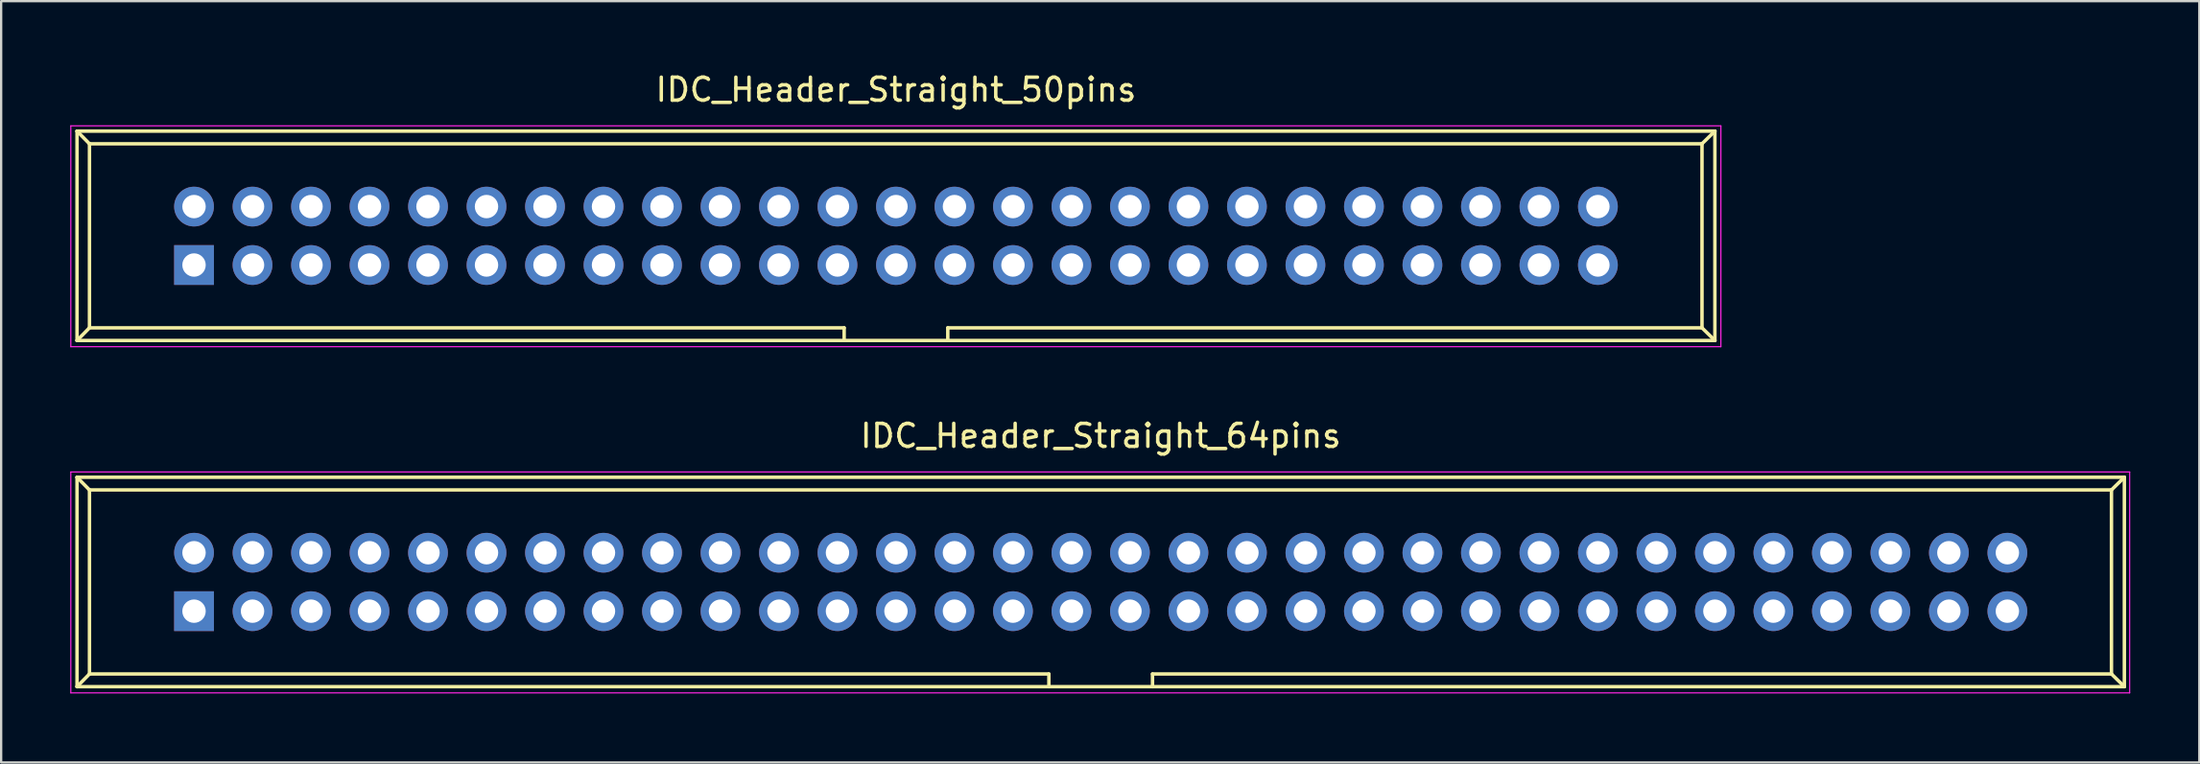
<source format=kicad_pcb>
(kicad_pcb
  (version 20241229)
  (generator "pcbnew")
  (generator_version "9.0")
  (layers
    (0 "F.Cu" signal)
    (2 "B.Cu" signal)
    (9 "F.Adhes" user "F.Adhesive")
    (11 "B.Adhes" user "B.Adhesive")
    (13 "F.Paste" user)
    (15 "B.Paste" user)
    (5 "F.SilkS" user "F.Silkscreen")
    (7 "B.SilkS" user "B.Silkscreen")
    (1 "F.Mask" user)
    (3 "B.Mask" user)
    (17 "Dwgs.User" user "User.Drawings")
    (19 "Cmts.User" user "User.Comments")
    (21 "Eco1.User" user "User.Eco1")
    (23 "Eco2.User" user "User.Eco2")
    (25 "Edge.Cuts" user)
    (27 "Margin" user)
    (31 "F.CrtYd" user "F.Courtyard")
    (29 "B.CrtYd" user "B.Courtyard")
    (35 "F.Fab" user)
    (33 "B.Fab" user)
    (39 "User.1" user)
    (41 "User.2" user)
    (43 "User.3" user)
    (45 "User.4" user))
  (footprint "IDC_Header_Straight_50pins"
    (layer "F.Cu")
    (at 5.375 8.468)
    (property "Reference" "IDC_Header_Straight_50pins" (at 30.48 -7.62 0) (layer "F.SilkS") (effects (font (size 1 1) (thickness 0.15))))
    (attr through_hole)
    (fp_line (start -5.08 -5.82) (end -5.08 3.28) (stroke (width 0.15) (type solid)) (layer "F.SilkS"))
    (fp_line (start -5.08 -5.82) (end -4.54 -5.27) (stroke (width 0.15) (type solid)) (layer "F.SilkS"))
    (fp_line (start -5.08 -5.82) (end 66.04 -5.82) (stroke (width 0.15) (type solid)) (layer "F.SilkS"))
    (fp_line (start -5.08 3.28) (end -4.54 2.73) (stroke (width 0.15) (type solid)) (layer "F.SilkS"))
    (fp_line (start -5.08 3.28) (end 66.04 3.28) (stroke (width 0.15) (type solid)) (layer "F.SilkS"))
    (fp_line (start -4.54 -5.27) (end -4.54 2.73) (stroke (width 0.15) (type solid)) (layer "F.SilkS"))
    (fp_line (start -4.54 -5.27) (end 65.48 -5.27) (stroke (width 0.15) (type solid)) (layer "F.SilkS"))
    (fp_line (start -4.54 2.73) (end 28.23 2.73) (stroke (width 0.15) (type solid)) (layer "F.SilkS"))
    (fp_line (start 28.23 2.73) (end 28.23 3.28) (stroke (width 0.15) (type solid)) (layer "F.SilkS"))
    (fp_line (start 32.73 2.73) (end 32.73 3.28) (stroke (width 0.15) (type solid)) (layer "F.SilkS"))
    (fp_line (start 32.73 2.73) (end 65.48 2.73) (stroke (width 0.15) (type solid)) (layer "F.SilkS"))
    (fp_line (start 65.48 -5.27) (end 65.48 2.73) (stroke (width 0.15) (type solid)) (layer "F.SilkS"))
    (fp_line (start 66.04 -5.82) (end 65.48 -5.27) (stroke (width 0.15) (type solid)) (layer "F.SilkS"))
    (fp_line (start 66.04 -5.82) (end 66.04 3.28) (stroke (width 0.15) (type solid)) (layer "F.SilkS"))
    (fp_line (start 66.04 3.28) (end 65.48 2.73) (stroke (width 0.15) (type solid)) (layer "F.SilkS"))
    (fp_line (start -5.35 -6.05) (end 66.3 -6.05) (stroke (width 0.05) (type solid)) (layer "F.CrtYd"))
    (fp_line (start -5.35 3.55) (end -5.35 -6.05) (stroke (width 0.05) (type solid)) (layer "F.CrtYd"))
    (fp_line (start 66.3 -6.05) (end 66.3 3.55) (stroke (width 0.05) (type solid)) (layer "F.CrtYd"))
    (fp_line (start 66.3 3.55) (end -5.35 3.55) (stroke (width 0.05) (type solid)) (layer "F.CrtYd"))
    (pad "1" thru_hole rect (at 0 0) (size 1.727 1.727) (drill 1.016) (layers "*.Cu" "*.Mask"))
    (pad "2" thru_hole oval (at 0 -2.54) (size 1.727 1.727) (drill 1.016) (layers "*.Cu" "*.Mask"))
    (pad "3" thru_hole oval (at 2.54 0) (size 1.727 1.727) (drill 1.016) (layers "*.Cu" "*.Mask"))
    (pad "4" thru_hole oval (at 2.54 -2.54) (size 1.727 1.727) (drill 1.016) (layers "*.Cu" "*.Mask"))
    (pad "5" thru_hole oval (at 5.08 0) (size 1.727 1.727) (drill 1.016) (layers "*.Cu" "*.Mask"))
    (pad "6" thru_hole oval (at 5.08 -2.54) (size 1.727 1.727) (drill 1.016) (layers "*.Cu" "*.Mask"))
    (pad "7" thru_hole oval (at 7.62 0) (size 1.727 1.727) (drill 1.016) (layers "*.Cu" "*.Mask"))
    (pad "8" thru_hole oval (at 7.62 -2.54) (size 1.727 1.727) (drill 1.016) (layers "*.Cu" "*.Mask"))
    (pad "9" thru_hole oval (at 10.16 0) (size 1.727 1.727) (drill 1.016) (layers "*.Cu" "*.Mask"))
    (pad "10" thru_hole oval (at 10.16 -2.54) (size 1.727 1.727) (drill 1.016) (layers "*.Cu" "*.Mask"))
    (pad "11" thru_hole oval (at 12.7 0) (size 1.727 1.727) (drill 1.016) (layers "*.Cu" "*.Mask"))
    (pad "12" thru_hole oval (at 12.7 -2.54) (size 1.727 1.727) (drill 1.016) (layers "*.Cu" "*.Mask"))
    (pad "13" thru_hole oval (at 15.24 0) (size 1.727 1.727) (drill 1.016) (layers "*.Cu" "*.Mask"))
    (pad "14" thru_hole oval (at 15.24 -2.54) (size 1.727 1.727) (drill 1.016) (layers "*.Cu" "*.Mask"))
    (pad "15" thru_hole oval (at 17.78 0) (size 1.727 1.727) (drill 1.016) (layers "*.Cu" "*.Mask"))
    (pad "16" thru_hole oval (at 17.78 -2.54) (size 1.727 1.727) (drill 1.016) (layers "*.Cu" "*.Mask"))
    (pad "17" thru_hole oval (at 20.32 0) (size 1.727 1.727) (drill 1.016) (layers "*.Cu" "*.Mask"))
    (pad "18" thru_hole oval (at 20.32 -2.54) (size 1.727 1.727) (drill 1.016) (layers "*.Cu" "*.Mask"))
    (pad "19" thru_hole oval (at 22.86 0) (size 1.727 1.727) (drill 1.016) (layers "*.Cu" "*.Mask"))
    (pad "20" thru_hole oval (at 22.86 -2.54) (size 1.727 1.727) (drill 1.016) (layers "*.Cu" "*.Mask"))
    (pad "21" thru_hole oval (at 25.4 0) (size 1.727 1.727) (drill 1.016) (layers "*.Cu" "*.Mask"))
    (pad "22" thru_hole oval (at 25.4 -2.54) (size 1.727 1.727) (drill 1.016) (layers "*.Cu" "*.Mask"))
    (pad "23" thru_hole oval (at 27.94 0) (size 1.727 1.727) (drill 1.016) (layers "*.Cu" "*.Mask"))
    (pad "24" thru_hole oval (at 27.94 -2.54) (size 1.727 1.727) (drill 1.016) (layers "*.Cu" "*.Mask"))
    (pad "25" thru_hole oval (at 30.48 0) (size 1.727 1.727) (drill 1.016) (layers "*.Cu" "*.Mask"))
    (pad "26" thru_hole oval (at 30.48 -2.54) (size 1.727 1.727) (drill 1.016) (layers "*.Cu" "*.Mask"))
    (pad "27" thru_hole oval (at 33.02 0) (size 1.727 1.727) (drill 1.016) (layers "*.Cu" "*.Mask"))
    (pad "28" thru_hole oval (at 33.02 -2.54) (size 1.727 1.727) (drill 1.016) (layers "*.Cu" "*.Mask"))
    (pad "29" thru_hole oval (at 35.56 0) (size 1.727 1.727) (drill 1.016) (layers "*.Cu" "*.Mask"))
    (pad "30" thru_hole oval (at 35.56 -2.54) (size 1.727 1.727) (drill 1.016) (layers "*.Cu" "*.Mask"))
    (pad "31" thru_hole oval (at 38.1 0) (size 1.727 1.727) (drill 1.016) (layers "*.Cu" "*.Mask"))
    (pad "32" thru_hole oval (at 38.1 -2.54) (size 1.727 1.727) (drill 1.016) (layers "*.Cu" "*.Mask"))
    (pad "33" thru_hole oval (at 40.64 0) (size 1.727 1.727) (drill 1.016) (layers "*.Cu" "*.Mask"))
    (pad "34" thru_hole oval (at 40.64 -2.54) (size 1.727 1.727) (drill 1.016) (layers "*.Cu" "*.Mask"))
    (pad "35" thru_hole oval (at 43.18 0) (size 1.727 1.727) (drill 1.016) (layers "*.Cu" "*.Mask"))
    (pad "36" thru_hole oval (at 43.18 -2.54) (size 1.727 1.727) (drill 1.016) (layers "*.Cu" "*.Mask"))
    (pad "37" thru_hole oval (at 45.72 0) (size 1.727 1.727) (drill 1.016) (layers "*.Cu" "*.Mask"))
    (pad "38" thru_hole oval (at 45.72 -2.54) (size 1.727 1.727) (drill 1.016) (layers "*.Cu" "*.Mask"))
    (pad "39" thru_hole oval (at 48.26 0) (size 1.727 1.727) (drill 1.016) (layers "*.Cu" "*.Mask"))
    (pad "40" thru_hole oval (at 48.26 -2.54) (size 1.727 1.727) (drill 1.016) (layers "*.Cu" "*.Mask"))
    (pad "41" thru_hole oval (at 50.8 0) (size 1.727 1.727) (drill 1.016) (layers "*.Cu" "*.Mask"))
    (pad "42" thru_hole oval (at 50.8 -2.54) (size 1.727 1.727) (drill 1.016) (layers "*.Cu" "*.Mask"))
    (pad "43" thru_hole oval (at 53.34 0) (size 1.727 1.727) (drill 1.016) (layers "*.Cu" "*.Mask"))
    (pad "44" thru_hole oval (at 53.34 -2.54) (size 1.727 1.727) (drill 1.016) (layers "*.Cu" "*.Mask"))
    (pad "45" thru_hole oval (at 55.88 0) (size 1.727 1.727) (drill 1.016) (layers "*.Cu" "*.Mask"))
    (pad "46" thru_hole oval (at 55.88 -2.54) (size 1.727 1.727) (drill 1.016) (layers "*.Cu" "*.Mask"))
    (pad "47" thru_hole oval (at 58.42 0) (size 1.727 1.727) (drill 1.016) (layers "*.Cu" "*.Mask"))
    (pad "48" thru_hole oval (at 58.42 -2.54) (size 1.727 1.727) (drill 1.016) (layers "*.Cu" "*.Mask"))
    (pad "49" thru_hole oval (at 60.96 0) (size 1.727 1.727) (drill 1.016) (layers "*.Cu" "*.Mask"))
    (pad "50" thru_hole oval (at 60.96 -2.54) (size 1.727 1.727) (drill 1.016) (layers "*.Cu" "*.Mask")))
  (footprint "IDC_Header_Straight_64pins"
    (layer "F.Cu")
    (at 5.375 23.512)
    (property "Reference" "IDC_Header_Straight_64pins" (at 39.37 -7.62 0) (layer "F.SilkS") (effects (font (size 1 1) (thickness 0.15))))
    (attr through_hole)
    (fp_line (start -5.08 -5.82) (end -5.08 3.28) (stroke (width 0.15) (type solid)) (layer "F.SilkS"))
    (fp_line (start -5.08 -5.82) (end -4.54 -5.27) (stroke (width 0.15) (type solid)) (layer "F.SilkS"))
    (fp_line (start -5.08 -5.82) (end 83.82 -5.82) (stroke (width 0.15) (type solid)) (layer "F.SilkS"))
    (fp_line (start -5.08 3.28) (end -4.54 2.73) (stroke (width 0.15) (type solid)) (layer "F.SilkS"))
    (fp_line (start -5.08 3.28) (end 83.82 3.28) (stroke (width 0.15) (type solid)) (layer "F.SilkS"))
    (fp_line (start -4.54 -5.27) (end -4.54 2.73) (stroke (width 0.15) (type solid)) (layer "F.SilkS"))
    (fp_line (start -4.54 -5.27) (end 83.26 -5.27) (stroke (width 0.15) (type solid)) (layer "F.SilkS"))
    (fp_line (start -4.54 2.73) (end 37.12 2.73) (stroke (width 0.15) (type solid)) (layer "F.SilkS"))
    (fp_line (start 37.12 2.73) (end 37.12 3.28) (stroke (width 0.15) (type solid)) (layer "F.SilkS"))
    (fp_line (start 41.62 2.73) (end 41.62 3.28) (stroke (width 0.15) (type solid)) (layer "F.SilkS"))
    (fp_line (start 41.62 2.73) (end 83.26 2.73) (stroke (width 0.15) (type solid)) (layer "F.SilkS"))
    (fp_line (start 83.26 -5.27) (end 83.26 2.73) (stroke (width 0.15) (type solid)) (layer "F.SilkS"))
    (fp_line (start 83.82 -5.82) (end 83.26 -5.27) (stroke (width 0.15) (type solid)) (layer "F.SilkS"))
    (fp_line (start 83.82 -5.82) (end 83.82 3.28) (stroke (width 0.15) (type solid)) (layer "F.SilkS"))
    (fp_line (start 83.82 3.28) (end 83.26 2.73) (stroke (width 0.15) (type solid)) (layer "F.SilkS"))
    (fp_line (start -5.35 -6.05) (end 84.05 -6.05) (stroke (width 0.05) (type solid)) (layer "F.CrtYd"))
    (fp_line (start -5.35 3.55) (end -5.35 -6.05) (stroke (width 0.05) (type solid)) (layer "F.CrtYd"))
    (fp_line (start 84.05 -6.05) (end 84.05 3.55) (stroke (width 0.05) (type solid)) (layer "F.CrtYd"))
    (fp_line (start 84.05 3.55) (end -5.35 3.55) (stroke (width 0.05) (type solid)) (layer "F.CrtYd"))
    (pad "1" thru_hole rect (at 0 0) (size 1.727 1.727) (drill 1.016) (layers "*.Cu" "*.Mask"))
    (pad "2" thru_hole oval (at 0 -2.54) (size 1.727 1.727) (drill 1.016) (layers "*.Cu" "*.Mask"))
    (pad "3" thru_hole oval (at 2.54 0) (size 1.727 1.727) (drill 1.016) (layers "*.Cu" "*.Mask"))
    (pad "4" thru_hole oval (at 2.54 -2.54) (size 1.727 1.727) (drill 1.016) (layers "*.Cu" "*.Mask"))
    (pad "5" thru_hole oval (at 5.08 0) (size 1.727 1.727) (drill 1.016) (layers "*.Cu" "*.Mask"))
    (pad "6" thru_hole oval (at 5.08 -2.54) (size 1.727 1.727) (drill 1.016) (layers "*.Cu" "*.Mask"))
    (pad "7" thru_hole oval (at 7.62 0) (size 1.727 1.727) (drill 1.016) (layers "*.Cu" "*.Mask"))
    (pad "8" thru_hole oval (at 7.62 -2.54) (size 1.727 1.727) (drill 1.016) (layers "*.Cu" "*.Mask"))
    (pad "9" thru_hole oval (at 10.16 0) (size 1.727 1.727) (drill 1.016) (layers "*.Cu" "*.Mask"))
    (pad "10" thru_hole oval (at 10.16 -2.54) (size 1.727 1.727) (drill 1.016) (layers "*.Cu" "*.Mask"))
    (pad "11" thru_hole oval (at 12.7 0) (size 1.727 1.727) (drill 1.016) (layers "*.Cu" "*.Mask"))
    (pad "12" thru_hole oval (at 12.7 -2.54) (size 1.727 1.727) (drill 1.016) (layers "*.Cu" "*.Mask"))
    (pad "13" thru_hole oval (at 15.24 0) (size 1.727 1.727) (drill 1.016) (layers "*.Cu" "*.Mask"))
    (pad "14" thru_hole oval (at 15.24 -2.54) (size 1.727 1.727) (drill 1.016) (layers "*.Cu" "*.Mask"))
    (pad "15" thru_hole oval (at 17.78 0) (size 1.727 1.727) (drill 1.016) (layers "*.Cu" "*.Mask"))
    (pad "16" thru_hole oval (at 17.78 -2.54) (size 1.727 1.727) (drill 1.016) (layers "*.Cu" "*.Mask"))
    (pad "17" thru_hole oval (at 20.32 0) (size 1.727 1.727) (drill 1.016) (layers "*.Cu" "*.Mask"))
    (pad "18" thru_hole oval (at 20.32 -2.54) (size 1.727 1.727) (drill 1.016) (layers "*.Cu" "*.Mask"))
    (pad "19" thru_hole oval (at 22.86 0) (size 1.727 1.727) (drill 1.016) (layers "*.Cu" "*.Mask"))
    (pad "20" thru_hole oval (at 22.86 -2.54) (size 1.727 1.727) (drill 1.016) (layers "*.Cu" "*.Mask"))
    (pad "21" thru_hole oval (at 25.4 0) (size 1.727 1.727) (drill 1.016) (layers "*.Cu" "*.Mask"))
    (pad "22" thru_hole oval (at 25.4 -2.54) (size 1.727 1.727) (drill 1.016) (layers "*.Cu" "*.Mask"))
    (pad "23" thru_hole oval (at 27.94 0) (size 1.727 1.727) (drill 1.016) (layers "*.Cu" "*.Mask"))
    (pad "24" thru_hole oval (at 27.94 -2.54) (size 1.727 1.727) (drill 1.016) (layers "*.Cu" "*.Mask"))
    (pad "25" thru_hole oval (at 30.48 0) (size 1.727 1.727) (drill 1.016) (layers "*.Cu" "*.Mask"))
    (pad "26" thru_hole oval (at 30.48 -2.54) (size 1.727 1.727) (drill 1.016) (layers "*.Cu" "*.Mask"))
    (pad "27" thru_hole oval (at 33.02 0) (size 1.727 1.727) (drill 1.016) (layers "*.Cu" "*.Mask"))
    (pad "28" thru_hole oval (at 33.02 -2.54) (size 1.727 1.727) (drill 1.016) (layers "*.Cu" "*.Mask"))
    (pad "29" thru_hole oval (at 35.56 0) (size 1.727 1.727) (drill 1.016) (layers "*.Cu" "*.Mask"))
    (pad "30" thru_hole oval (at 35.56 -2.54) (size 1.727 1.727) (drill 1.016) (layers "*.Cu" "*.Mask"))
    (pad "31" thru_hole oval (at 38.1 0) (size 1.727 1.727) (drill 1.016) (layers "*.Cu" "*.Mask"))
    (pad "32" thru_hole oval (at 38.1 -2.54) (size 1.727 1.727) (drill 1.016) (layers "*.Cu" "*.Mask"))
    (pad "33" thru_hole oval (at 40.64 0) (size 1.727 1.727) (drill 1.016) (layers "*.Cu" "*.Mask"))
    (pad "34" thru_hole oval (at 40.64 -2.54) (size 1.727 1.727) (drill 1.016) (layers "*.Cu" "*.Mask"))
    (pad "35" thru_hole oval (at 43.18 0) (size 1.727 1.727) (drill 1.016) (layers "*.Cu" "*.Mask"))
    (pad "36" thru_hole oval (at 43.18 -2.54) (size 1.727 1.727) (drill 1.016) (layers "*.Cu" "*.Mask"))
    (pad "37" thru_hole oval (at 45.72 0) (size 1.727 1.727) (drill 1.016) (layers "*.Cu" "*.Mask"))
    (pad "38" thru_hole oval (at 45.72 -2.54) (size 1.727 1.727) (drill 1.016) (layers "*.Cu" "*.Mask"))
    (pad "39" thru_hole oval (at 48.26 0) (size 1.727 1.727) (drill 1.016) (layers "*.Cu" "*.Mask"))
    (pad "40" thru_hole oval (at 48.26 -2.54) (size 1.727 1.727) (drill 1.016) (layers "*.Cu" "*.Mask"))
    (pad "41" thru_hole oval (at 50.8 0) (size 1.727 1.727) (drill 1.016) (layers "*.Cu" "*.Mask"))
    (pad "42" thru_hole oval (at 50.8 -2.54) (size 1.727 1.727) (drill 1.016) (layers "*.Cu" "*.Mask"))
    (pad "43" thru_hole oval (at 53.34 0) (size 1.727 1.727) (drill 1.016) (layers "*.Cu" "*.Mask"))
    (pad "44" thru_hole oval (at 53.34 -2.54) (size 1.727 1.727) (drill 1.016) (layers "*.Cu" "*.Mask"))
    (pad "45" thru_hole oval (at 55.88 0) (size 1.727 1.727) (drill 1.016) (layers "*.Cu" "*.Mask"))
    (pad "46" thru_hole oval (at 55.88 -2.54) (size 1.727 1.727) (drill 1.016) (layers "*.Cu" "*.Mask"))
    (pad "47" thru_hole oval (at 58.42 0) (size 1.727 1.727) (drill 1.016) (layers "*.Cu" "*.Mask"))
    (pad "48" thru_hole oval (at 58.42 -2.54) (size 1.727 1.727) (drill 1.016) (layers "*.Cu" "*.Mask"))
    (pad "49" thru_hole oval (at 60.96 0) (size 1.727 1.727) (drill 1.016) (layers "*.Cu" "*.Mask"))
    (pad "50" thru_hole oval (at 60.96 -2.54) (size 1.727 1.727) (drill 1.016) (layers "*.Cu" "*.Mask"))
    (pad "51" thru_hole oval (at 63.5 0) (size 1.727 1.727) (drill 1.016) (layers "*.Cu" "*.Mask"))
    (pad "52" thru_hole oval (at 63.5 -2.54) (size 1.727 1.727) (drill 1.016) (layers "*.Cu" "*.Mask"))
    (pad "53" thru_hole oval (at 66.04 0) (size 1.727 1.727) (drill 1.016) (layers "*.Cu" "*.Mask"))
    (pad "54" thru_hole oval (at 66.04 -2.54) (size 1.727 1.727) (drill 1.016) (layers "*.Cu" "*.Mask"))
    (pad "55" thru_hole oval (at 68.58 0) (size 1.727 1.727) (drill 1.016) (layers "*.Cu" "*.Mask"))
    (pad "56" thru_hole oval (at 68.58 -2.54) (size 1.727 1.727) (drill 1.016) (layers "*.Cu" "*.Mask"))
    (pad "57" thru_hole oval (at 71.12 0) (size 1.727 1.727) (drill 1.016) (layers "*.Cu" "*.Mask"))
    (pad "58" thru_hole oval (at 71.12 -2.54) (size 1.727 1.727) (drill 1.016) (layers "*.Cu" "*.Mask"))
    (pad "59" thru_hole oval (at 73.66 0) (size 1.727 1.727) (drill 1.016) (layers "*.Cu" "*.Mask"))
    (pad "60" thru_hole oval (at 73.66 -2.54) (size 1.727 1.727) (drill 1.016) (layers "*.Cu" "*.Mask"))
    (pad "61" thru_hole oval (at 76.2 0) (size 1.727 1.727) (drill 1.016) (layers "*.Cu" "*.Mask"))
    (pad "62" thru_hole oval (at 76.2 -2.54) (size 1.727 1.727) (drill 1.016) (layers "*.Cu" "*.Mask"))
    (pad "63" thru_hole oval (at 78.74 0) (size 1.727 1.727) (drill 1.016) (layers "*.Cu" "*.Mask"))
    (pad "64" thru_hole oval (at 78.74 -2.54) (size 1.727 1.727) (drill 1.016) (layers "*.Cu" "*.Mask")))
  (gr_rect
    (start -3 -3)
    (end 92.45 30.087)
    (stroke (width 0.1) (type default))
    (fill no)
    (layer "Edge.Cuts")))
</source>
